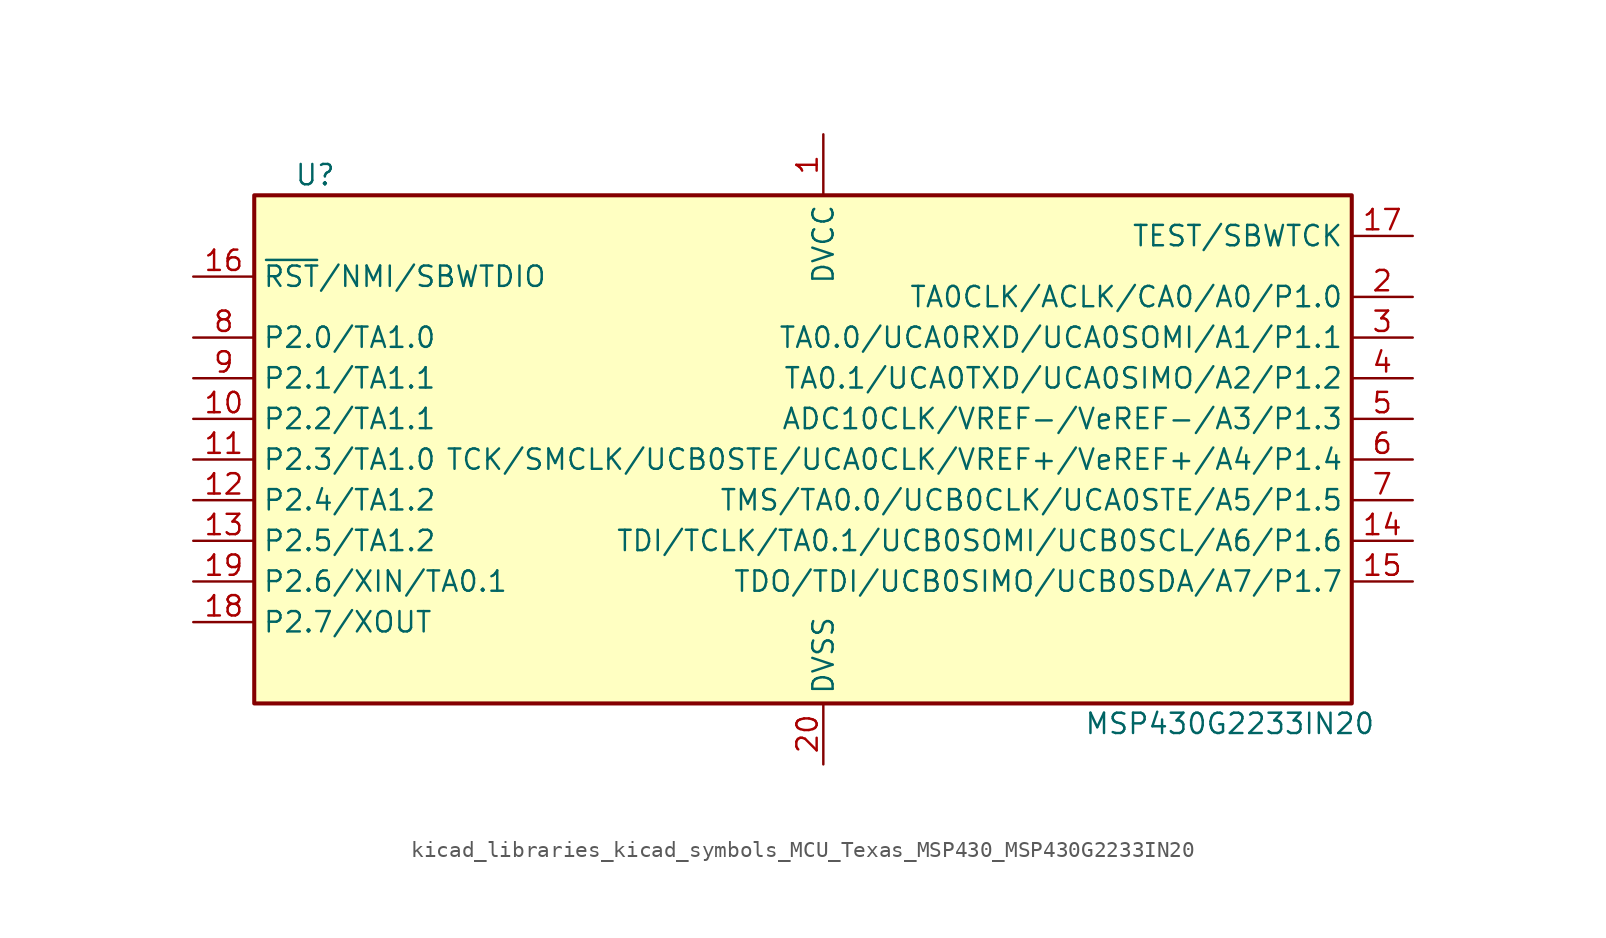
<source format=kicad_sym>
(kicad_symbol_lib
  (version 20220914)
  (generator kicad_symbol_editor)
  (symbol "kicad_libraries_kicad_symbols_MCU_Texas_MSP430_MSP430G2233IN20"
    (property "Reference" "U"
      (at -30.48 17.78 0)
      (effects (font (size 1.27 1.27))))
    (property "Value" "MSP430G2233IN20"
      (at 26.67 -16.51 0)
      (effects (font (size 1.27 1.27))))
    (symbol "kicad_libraries_kicad_symbols_MCU_Texas_MSP430_MSP430G2233IN20_0_1"
      (rectangle (start -34.29 16.51) (end 34.29 -15.24) (stroke (width 0.254) (type default)) (fill (type background))))
    (symbol "kicad_libraries_kicad_symbols_MCU_Texas_MSP430_MSP430G2233IN20_1_1"
      (pin power_in line (at 1.27 20.32 270) (length 3.81) (name "DVCC" (effects (font (size 1.27 1.27)))) (number "1" (effects (font (size 1.27 1.27)))))
      (pin bidirectional line (at -38.1 2.54 0) (length 3.81) (name "P2.2/TA1.1" (effects (font (size 1.27 1.27)))) (number "10" (effects (font (size 1.27 1.27)))))
      (pin bidirectional line (at -38.1 0 0) (length 3.81) (name "P2.3/TA1.0" (effects (font (size 1.27 1.27)))) (number "11" (effects (font (size 1.27 1.27)))))
      (pin bidirectional line (at -38.1 -2.54 0) (length 3.81) (name "P2.4/TA1.2" (effects (font (size 1.27 1.27)))) (number "12" (effects (font (size 1.27 1.27)))))
      (pin bidirectional line (at -38.1 -5.08 0) (length 3.81) (name "P2.5/TA1.2" (effects (font (size 1.27 1.27)))) (number "13" (effects (font (size 1.27 1.27)))))
      (pin bidirectional line (at 38.1 -5.08 180) (length 3.81) (name "TDI/TCLK/TA0.1/UCB0SOMI/UCB0SCL/A6/P1.6" (effects (font (size 1.27 1.27)))) (number "14" (effects (font (size 1.27 1.27)))))
      (pin bidirectional line (at 38.1 -7.62 180) (length 3.81) (name "TDO/TDI/UCB0SIMO/UCB0SDA/A7/P1.7" (effects (font (size 1.27 1.27)))) (number "15" (effects (font (size 1.27 1.27)))))
      (pin input line (at -38.1 11.43 0) (length 3.81) (name "~{RST}/NMI/SBWTDIO" (effects (font (size 1.27 1.27)))) (number "16" (effects (font (size 1.27 1.27)))))
      (pin input line (at 38.1 13.97 180) (length 3.81) (name "TEST/SBWTCK" (effects (font (size 1.27 1.27)))) (number "17" (effects (font (size 1.27 1.27)))))
      (pin bidirectional line (at -38.1 -10.16 0) (length 3.81) (name "P2.7/XOUT" (effects (font (size 1.27 1.27)))) (number "18" (effects (font (size 1.27 1.27)))))
      (pin bidirectional line (at -38.1 -7.62 0) (length 3.81) (name "P2.6/XIN/TA0.1" (effects (font (size 1.27 1.27)))) (number "19" (effects (font (size 1.27 1.27)))))
      (pin bidirectional line (at 38.1 10.16 180) (length 3.81) (name "TA0CLK/ACLK/CA0/A0/P1.0" (effects (font (size 1.27 1.27)))) (number "2" (effects (font (size 1.27 1.27)))))
      (pin power_in line (at 1.27 -19.05 90) (length 3.81) (name "DVSS" (effects (font (size 1.27 1.27)))) (number "20" (effects (font (size 1.27 1.27)))))
      (pin bidirectional line (at 38.1 7.62 180) (length 3.81) (name "TA0.0/UCA0RXD/UCA0SOMI/A1/P1.1" (effects (font (size 1.27 1.27)))) (number "3" (effects (font (size 1.27 1.27)))))
      (pin bidirectional line (at 38.1 5.08 180) (length 3.81) (name "TA0.1/UCA0TXD/UCA0SIMO/A2/P1.2" (effects (font (size 1.27 1.27)))) (number "4" (effects (font (size 1.27 1.27)))))
      (pin bidirectional line (at 38.1 2.54 180) (length 3.81) (name "ADC10CLK/VREF-/VeREF-/A3/P1.3" (effects (font (size 1.27 1.27)))) (number "5" (effects (font (size 1.27 1.27)))))
      (pin bidirectional line (at 38.1 0 180) (length 3.81) (name "TCK/SMCLK/UCB0STE/UCA0CLK/VREF+/VeREF+/A4/P1.4" (effects (font (size 1.27 1.27)))) (number "6" (effects (font (size 1.27 1.27)))))
      (pin bidirectional line (at 38.1 -2.54 180) (length 3.81) (name "TMS/TA0.0/UCB0CLK/UCA0STE/A5/P1.5" (effects (font (size 1.27 1.27)))) (number "7" (effects (font (size 1.27 1.27)))))
      (pin bidirectional line (at -38.1 7.62 0) (length 3.81) (name "P2.0/TA1.0" (effects (font (size 1.27 1.27)))) (number "8" (effects (font (size 1.27 1.27)))))
      (pin bidirectional line (at -38.1 5.08 0) (length 3.81) (name "P2.1/TA1.1" (effects (font (size 1.27 1.27)))) (number "9" (effects (font (size 1.27 1.27))))))))
</source>
